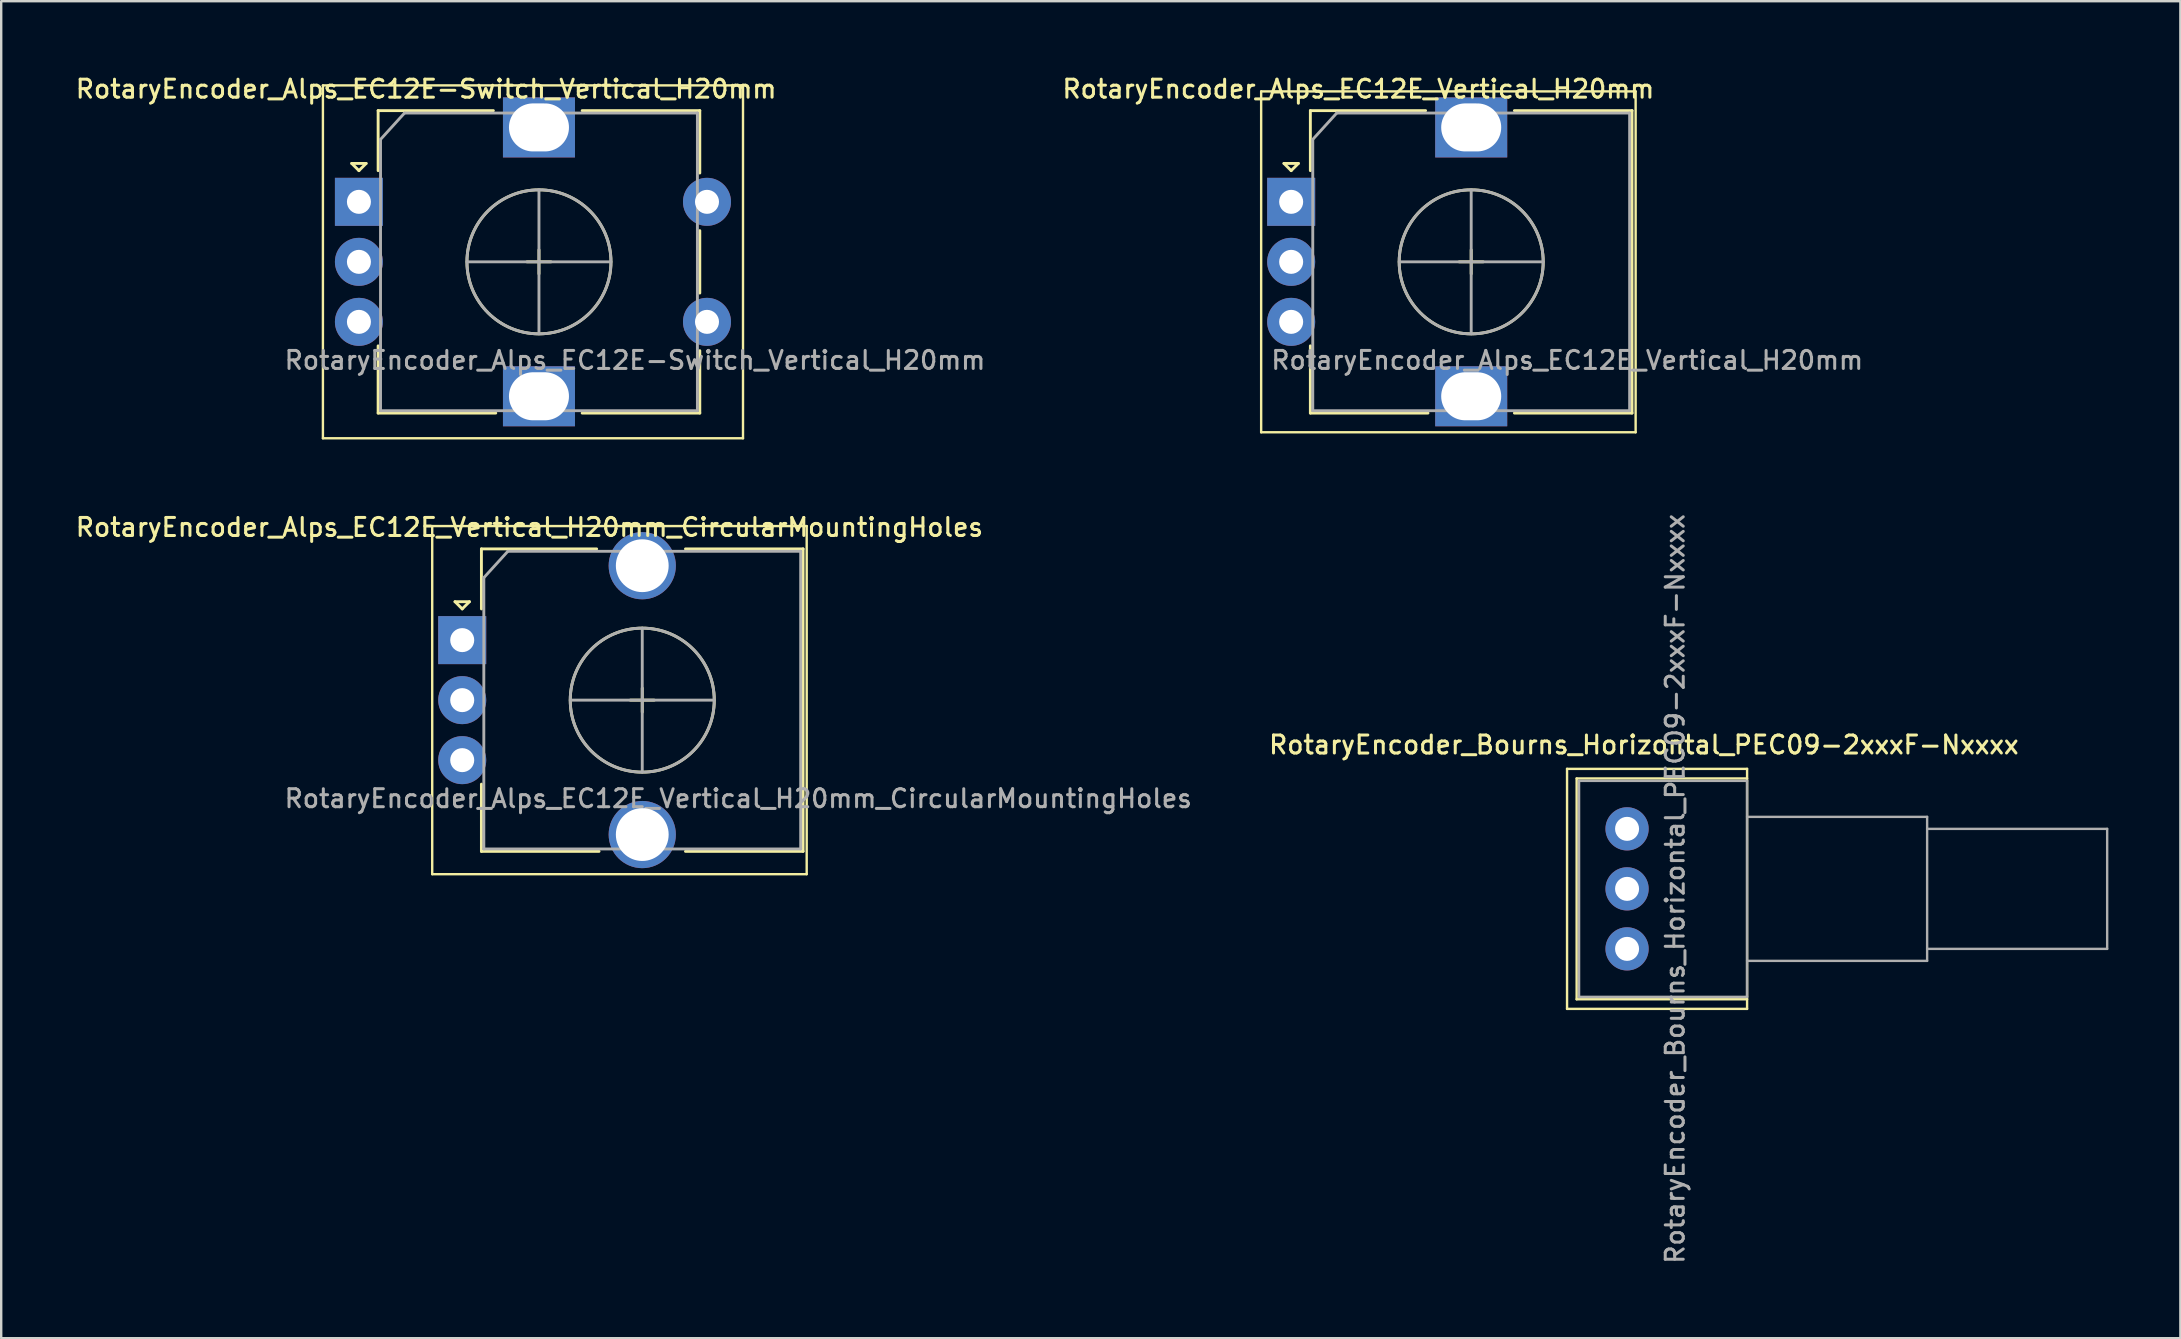
<source format=kicad_pcb>
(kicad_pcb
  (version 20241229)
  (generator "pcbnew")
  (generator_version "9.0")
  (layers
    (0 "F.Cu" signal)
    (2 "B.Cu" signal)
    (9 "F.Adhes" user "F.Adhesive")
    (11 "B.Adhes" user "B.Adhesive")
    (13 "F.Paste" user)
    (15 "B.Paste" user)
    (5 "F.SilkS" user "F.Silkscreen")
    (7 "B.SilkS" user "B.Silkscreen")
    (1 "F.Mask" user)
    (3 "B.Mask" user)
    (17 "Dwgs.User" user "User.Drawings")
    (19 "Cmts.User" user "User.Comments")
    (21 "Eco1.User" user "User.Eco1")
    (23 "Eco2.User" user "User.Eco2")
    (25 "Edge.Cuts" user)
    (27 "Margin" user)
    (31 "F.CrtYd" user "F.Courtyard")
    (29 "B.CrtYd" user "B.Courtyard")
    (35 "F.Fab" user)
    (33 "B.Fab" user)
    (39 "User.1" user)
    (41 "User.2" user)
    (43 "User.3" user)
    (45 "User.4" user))
  (footprint "RotaryEncoder_Alps_EC12E-Switch_Vertical_H20mm"
    (layer "F.Cu")
    (at 11.902 5.358)
    (property "Reference" "RotaryEncoder_Alps_EC12E-Switch_Vertical_H20mm" (at 2.8 -4.7 0) (layer "F.SilkS") (effects (font (size 0.75 0.75) (thickness 0.125))))
    (attr through_hole)
    (fp_line (start -1.5 -4.85) (end -1.5 9.85) (stroke (width 0.1) (type solid)) (layer "F.SilkS"))
    (fp_line (start -1.5 -4.85) (end 16 -4.85) (stroke (width 0.1) (type solid)) (layer "F.SilkS"))
    (fp_line (start -0.3 -1.6) (end 0.3 -1.6) (stroke (width 0.12) (type solid)) (layer "F.SilkS"))
    (fp_line (start 0 -1.3) (end -0.3 -1.6) (stroke (width 0.12) (type solid)) (layer "F.SilkS"))
    (fp_line (start 0.3 -1.6) (end 0 -1.3) (stroke (width 0.12) (type solid)) (layer "F.SilkS"))
    (fp_line (start 0.8 -3.8) (end 0.8 -1.3) (stroke (width 0.12) (type solid)) (layer "F.SilkS"))
    (fp_line (start 0.8 8.8) (end 0.8 6) (stroke (width 0.12) (type solid)) (layer "F.SilkS"))
    (fp_line (start 5.6 -3.8) (end 0.8 -3.8) (stroke (width 0.12) (type solid)) (layer "F.SilkS"))
    (fp_line (start 5.7 8.8) (end 0.8 8.8) (stroke (width 0.12) (type solid)) (layer "F.SilkS"))
    (fp_line (start 7 2.5) (end 8 2.5) (stroke (width 0.12) (type solid)) (layer "F.SilkS"))
    (fp_line (start 7.5 2) (end 7.5 3) (stroke (width 0.12) (type solid)) (layer "F.SilkS"))
    (fp_line (start 9.3 -3.8) (end 14.2 -3.8) (stroke (width 0.12) (type solid)) (layer "F.SilkS"))
    (fp_line (start 14.2 -3.8) (end 14.2 -1.2) (stroke (width 0.12) (type solid)) (layer "F.SilkS"))
    (fp_line (start 14.2 1.2) (end 14.2 3.8) (stroke (width 0.12) (type solid)) (layer "F.SilkS"))
    (fp_line (start 14.2 6.2) (end 14.2 8.8) (stroke (width 0.12) (type solid)) (layer "F.SilkS"))
    (fp_line (start 14.2 8.8) (end 9.3 8.8) (stroke (width 0.12) (type solid)) (layer "F.SilkS"))
    (fp_line (start 16 9.85) (end -1.5 9.85) (stroke (width 0.1) (type solid)) (layer "F.SilkS"))
    (fp_line (start 16 9.85) (end 16 -4.85) (stroke (width 0.1) (type solid)) (layer "F.SilkS"))
    (fp_circle (center 7.5 2.5) (end 10.5 2.5) (stroke (width 0.12) (type solid)) (fill no) (layer "F.SilkS"))
    (fp_line (start 0.9 -2.6) (end 1.9 -3.7) (stroke (width 0.12) (type solid)) (layer "F.Fab"))
    (fp_line (start 0.9 8.7) (end 0.9 -2.6) (stroke (width 0.12) (type solid)) (layer "F.Fab"))
    (fp_line (start 1.9 -3.7) (end 14.1 -3.7) (stroke (width 0.12) (type solid)) (layer "F.Fab"))
    (fp_line (start 4.5 2.5) (end 10.5 2.5) (stroke (width 0.12) (type solid)) (layer "F.Fab"))
    (fp_line (start 7.5 -0.5) (end 7.5 5.5) (stroke (width 0.12) (type solid)) (layer "F.Fab"))
    (fp_line (start 14.1 -3.7) (end 14.1 8.7) (stroke (width 0.12) (type solid)) (layer "F.Fab"))
    (fp_line (start 14.1 8.7) (end 0.9 8.7) (stroke (width 0.12) (type solid)) (layer "F.Fab"))
    (fp_circle (center 7.5 2.5) (end 10.5 2.5) (stroke (width 0.12) (type solid)) (fill no) (layer "F.Fab"))
    (fp_text user "${REFERENCE}" (at 11.5 6.6 0) (layer "F.Fab") (effects (font (size 0.75 0.75) (thickness 0.125))))
    (pad "A" thru_hole rect (at 0 0) (size 2 2) (drill 1) (layers "*.Cu" "*.Mask"))
    (pad "B" thru_hole circle (at 0 5) (size 2 2) (drill 1) (layers "*.Cu" "*.Mask"))
    (pad "C" thru_hole circle (at 0 2.5) (size 2 2) (drill 1) (layers "*.Cu" "*.Mask"))
    (pad "MP" thru_hole rect (at 7.5 -3.1) (size 3 2.5) (drill oval 2.5 2) (layers "*.Cu" "*.Mask"))
    (pad "MP" thru_hole rect (at 7.5 8.1) (size 3 2.5) (drill oval 2.5 2) (layers "*.Cu" "*.Mask"))
    (pad "S1" thru_hole circle (at 14.5 0) (size 2 2) (drill 1) (layers "*.Cu" "*.Mask"))
    (pad "S2" thru_hole circle (at 14.5 5) (size 2 2) (drill 1) (layers "*.Cu" "*.Mask")))
  (footprint "RotaryEncoder_Bourns_Horizontal_PEC09-2xxxF-Nxxxx"
    (layer "F.Cu")
    (at 64.73 36.478)
    (property "Reference" "RotaryEncoder_Bourns_Horizontal_PEC09-2xxxF-Nxxxx" (at 0.7 -8.5 0) (layer "F.SilkS") (effects (font (size 0.75 0.75) (thickness 0.125))))
    (attr through_hole)
    (fp_line (start -2.5 -7.5) (end -2.5 2.5) (stroke (width 0.1) (type solid)) (layer "F.SilkS"))
    (fp_line (start -2.5 2.5) (end 5 2.5) (stroke (width 0.1) (type solid)) (layer "F.SilkS"))
    (fp_line (start -2.1 -7.1) (end -2.1 2.1) (stroke (width 0.1) (type solid)) (layer "F.SilkS"))
    (fp_line (start -2.1 2.1) (end 5 2.1) (stroke (width 0.1) (type solid)) (layer "F.SilkS"))
    (fp_line (start 5 -7.5) (end -2.5 -7.5) (stroke (width 0.1) (type solid)) (layer "F.SilkS"))
    (fp_line (start 5 -7.1) (end -2.1 -7.1) (stroke (width 0.1) (type solid)) (layer "F.SilkS"))
    (fp_line (start 5 2.5) (end 5 -7.5) (stroke (width 0.1) (type solid)) (layer "F.SilkS"))
    (fp_line (start -2 -7) (end -2 2) (stroke (width 0.1) (type solid)) (layer "F.Fab"))
    (fp_line (start -2 2) (end 5 2) (stroke (width 0.1) (type solid)) (layer "F.Fab"))
    (fp_line (start 5 -7) (end -2 -7) (stroke (width 0.1) (type solid)) (layer "F.Fab"))
    (fp_line (start 5 -7) (end 5 2) (stroke (width 0.1) (type solid)) (layer "F.Fab"))
    (fp_line (start 5 -5.5) (end 12.5 -5.5) (stroke (width 0.1) (type solid)) (layer "F.Fab"))
    (fp_line (start 12.5 -5.5) (end 12.5 0.5) (stroke (width 0.1) (type solid)) (layer "F.Fab"))
    (fp_line (start 12.5 -5) (end 20 -5) (stroke (width 0.1) (type solid)) (layer "F.Fab"))
    (fp_line (start 12.5 0.5) (end 5 0.5) (stroke (width 0.1) (type solid)) (layer "F.Fab"))
    (fp_line (start 20 -5) (end 20 0) (stroke (width 0.1) (type solid)) (layer "F.Fab"))
    (fp_line (start 20 0) (end 12.5 0) (stroke (width 0.1) (type solid)) (layer "F.Fab"))
    (fp_text user "${REFERENCE}" (at 2 -2.5 90) (layer "F.Fab") (effects (font (size 0.75 0.75) (thickness 0.125))))
    (pad "A" thru_hole circle (at 0 0) (size 1.8 1.8) (drill 1) (layers "*.Cu" "*.Mask"))
    (pad "B" thru_hole circle (at 0 -5) (size 1.8 1.8) (drill 1) (layers "*.Cu" "*.Mask"))
    (pad "C" thru_hole circle (at 0 -2.5) (size 1.8 1.8) (drill 1) (layers "*.Cu" "*.Mask")))
  (footprint "RotaryEncoder_Alps_EC12E_Vertical_H20mm"
    (layer "F.Cu")
    (at 50.737 5.358)
    (property "Reference" "RotaryEncoder_Alps_EC12E_Vertical_H20mm" (at 2.8 -4.7 0) (layer "F.SilkS") (effects (font (size 0.75 0.75) (thickness 0.125))))
    (attr through_hole)
    (fp_line (start -1.25 -4.6) (end -1.25 9.6) (stroke (width 0.1) (type solid)) (layer "F.SilkS"))
    (fp_line (start -1.25 -4.6) (end 14.35 -4.6) (stroke (width 0.1) (type solid)) (layer "F.SilkS"))
    (fp_line (start -0.3 -1.6) (end 0.3 -1.6) (stroke (width 0.12) (type solid)) (layer "F.SilkS"))
    (fp_line (start 0 -1.3) (end -0.3 -1.6) (stroke (width 0.12) (type solid)) (layer "F.SilkS"))
    (fp_line (start 0.3 -1.6) (end 0 -1.3) (stroke (width 0.12) (type solid)) (layer "F.SilkS"))
    (fp_line (start 0.8 -3.8) (end 0.8 -1.3) (stroke (width 0.12) (type solid)) (layer "F.SilkS"))
    (fp_line (start 0.8 8.8) (end 0.8 6) (stroke (width 0.12) (type solid)) (layer "F.SilkS"))
    (fp_line (start 5.6 -3.8) (end 0.8 -3.8) (stroke (width 0.12) (type solid)) (layer "F.SilkS"))
    (fp_line (start 5.7 8.8) (end 0.8 8.8) (stroke (width 0.12) (type solid)) (layer "F.SilkS"))
    (fp_line (start 7 2.5) (end 8 2.5) (stroke (width 0.12) (type solid)) (layer "F.SilkS"))
    (fp_line (start 7.5 2) (end 7.5 3) (stroke (width 0.12) (type solid)) (layer "F.SilkS"))
    (fp_line (start 9.3 -3.8) (end 14.2 -3.8) (stroke (width 0.12) (type solid)) (layer "F.SilkS"))
    (fp_line (start 14.2 -3.8) (end 14.2 8.8) (stroke (width 0.12) (type solid)) (layer "F.SilkS"))
    (fp_line (start 14.2 8.8) (end 9.3 8.8) (stroke (width 0.12) (type solid)) (layer "F.SilkS"))
    (fp_line (start 14.35 9.6) (end -1.25 9.6) (stroke (width 0.1) (type solid)) (layer "F.SilkS"))
    (fp_line (start 14.35 9.6) (end 14.35 -4.6) (stroke (width 0.1) (type solid)) (layer "F.SilkS"))
    (fp_circle (center 7.5 2.5) (end 10.5 2.5) (stroke (width 0.12) (type solid)) (fill no) (layer "F.SilkS"))
    (fp_line (start 0.9 -2.6) (end 1.9 -3.7) (stroke (width 0.12) (type solid)) (layer "F.Fab"))
    (fp_line (start 0.9 8.7) (end 0.9 -2.6) (stroke (width 0.12) (type solid)) (layer "F.Fab"))
    (fp_line (start 1.9 -3.7) (end 14.1 -3.7) (stroke (width 0.12) (type solid)) (layer "F.Fab"))
    (fp_line (start 4.5 2.5) (end 10.5 2.5) (stroke (width 0.12) (type solid)) (layer "F.Fab"))
    (fp_line (start 7.5 -0.5) (end 7.5 5.5) (stroke (width 0.12) (type solid)) (layer "F.Fab"))
    (fp_line (start 14.1 -3.7) (end 14.1 8.7) (stroke (width 0.12) (type solid)) (layer "F.Fab"))
    (fp_line (start 14.1 8.7) (end 0.9 8.7) (stroke (width 0.12) (type solid)) (layer "F.Fab"))
    (fp_circle (center 7.5 2.5) (end 10.5 2.5) (stroke (width 0.12) (type solid)) (fill no) (layer "F.Fab"))
    (fp_text user "${REFERENCE}" (at 11.5 6.6 0) (layer "F.Fab") (effects (font (size 0.75 0.75) (thickness 0.125))))
    (pad "A" thru_hole rect (at 0 0) (size 2 2) (drill 1) (layers "*.Cu" "*.Mask"))
    (pad "B" thru_hole circle (at 0 5) (size 2 2) (drill 1) (layers "*.Cu" "*.Mask"))
    (pad "C" thru_hole circle (at 0 2.5) (size 2 2) (drill 1) (layers "*.Cu" "*.Mask"))
    (pad "MP" thru_hole rect (at 7.5 -3.1) (size 3 2.5) (drill oval 2.5 2) (layers "*.Cu" "*.Mask"))
    (pad "MP" thru_hole rect (at 7.5 8.1) (size 3 2.5) (drill oval 2.5 2) (layers "*.Cu" "*.Mask")))
  (footprint "RotaryEncoder_Alps_EC12E_Vertical_H20mm_CircularMountingHoles"
    (layer "F.Cu")
    (at 16.205 23.616)
    (property "Reference" "RotaryEncoder_Alps_EC12E_Vertical_H20mm_CircularMountingHoles" (at 2.8 -4.7 0) (layer "F.SilkS") (effects (font (size 0.75 0.75) (thickness 0.125))))
    (attr through_hole)
    (fp_line (start -1.25 -4.75) (end -1.25 9.75) (stroke (width 0.1) (type solid)) (layer "F.SilkS"))
    (fp_line (start -1.25 -4.75) (end 14.35 -4.75) (stroke (width 0.1) (type solid)) (layer "F.SilkS"))
    (fp_line (start -0.3 -1.6) (end 0.3 -1.6) (stroke (width 0.12) (type solid)) (layer "F.SilkS"))
    (fp_line (start 0 -1.3) (end -0.3 -1.6) (stroke (width 0.12) (type solid)) (layer "F.SilkS"))
    (fp_line (start 0.3 -1.6) (end 0 -1.3) (stroke (width 0.12) (type solid)) (layer "F.SilkS"))
    (fp_line (start 0.8 -3.8) (end 0.8 -1.3) (stroke (width 0.12) (type solid)) (layer "F.SilkS"))
    (fp_line (start 0.8 8.8) (end 0.8 6) (stroke (width 0.12) (type solid)) (layer "F.SilkS"))
    (fp_line (start 5.6 -3.8) (end 0.8 -3.8) (stroke (width 0.12) (type solid)) (layer "F.SilkS"))
    (fp_line (start 5.7 8.8) (end 0.8 8.8) (stroke (width 0.12) (type solid)) (layer "F.SilkS"))
    (fp_line (start 7 2.5) (end 8 2.5) (stroke (width 0.12) (type solid)) (layer "F.SilkS"))
    (fp_line (start 7.5 2) (end 7.5 3) (stroke (width 0.12) (type solid)) (layer "F.SilkS"))
    (fp_line (start 9.3 -3.8) (end 14.2 -3.8) (stroke (width 0.12) (type solid)) (layer "F.SilkS"))
    (fp_line (start 14.2 -3.8) (end 14.2 8.8) (stroke (width 0.12) (type solid)) (layer "F.SilkS"))
    (fp_line (start 14.2 8.8) (end 9.3 8.8) (stroke (width 0.12) (type solid)) (layer "F.SilkS"))
    (fp_line (start 14.35 9.75) (end -1.25 9.75) (stroke (width 0.1) (type solid)) (layer "F.SilkS"))
    (fp_line (start 14.35 9.75) (end 14.35 -4.75) (stroke (width 0.1) (type solid)) (layer "F.SilkS"))
    (fp_circle (center 7.5 2.5) (end 10.5 2.5) (stroke (width 0.12) (type solid)) (fill no) (layer "F.SilkS"))
    (fp_line (start 0.9 -2.6) (end 1.9 -3.7) (stroke (width 0.12) (type solid)) (layer "F.Fab"))
    (fp_line (start 0.9 8.7) (end 0.9 -2.6) (stroke (width 0.12) (type solid)) (layer "F.Fab"))
    (fp_line (start 1.9 -3.7) (end 14.1 -3.7) (stroke (width 0.12) (type solid)) (layer "F.Fab"))
    (fp_line (start 4.5 2.5) (end 10.5 2.5) (stroke (width 0.12) (type solid)) (layer "F.Fab"))
    (fp_line (start 7.5 -0.5) (end 7.5 5.5) (stroke (width 0.12) (type solid)) (layer "F.Fab"))
    (fp_line (start 14.1 -3.7) (end 14.1 8.7) (stroke (width 0.12) (type solid)) (layer "F.Fab"))
    (fp_line (start 14.1 8.7) (end 0.9 8.7) (stroke (width 0.12) (type solid)) (layer "F.Fab"))
    (fp_circle (center 7.5 2.5) (end 10.5 2.5) (stroke (width 0.12) (type solid)) (fill no) (layer "F.Fab"))
    (fp_text user "${REFERENCE}" (at 11.5 6.6 0) (layer "F.Fab") (effects (font (size 0.75 0.75) (thickness 0.125))))
    (pad "A" thru_hole rect (at 0 0) (size 2 2) (drill 1) (layers "*.Cu" "*.Mask"))
    (pad "B" thru_hole circle (at 0 5) (size 2 2) (drill 1) (layers "*.Cu" "*.Mask"))
    (pad "C" thru_hole circle (at 0 2.5) (size 2 2) (drill 1) (layers "*.Cu" "*.Mask"))
    (pad "MP" thru_hole circle (at 7.5 -3.1) (size 2.8 2.8) (drill 2.2) (layers "*.Cu" "*.Mask"))
    (pad "MP" thru_hole circle (at 7.5 8.1) (size 2.8 2.8) (drill 2.2) (layers "*.Cu" "*.Mask")))
  (gr_rect
    (start -3 -3)
    (end 87.78 52.697)
    (stroke (width 0.1) (type default))
    (fill no)
    (layer "Edge.Cuts")))
</source>
